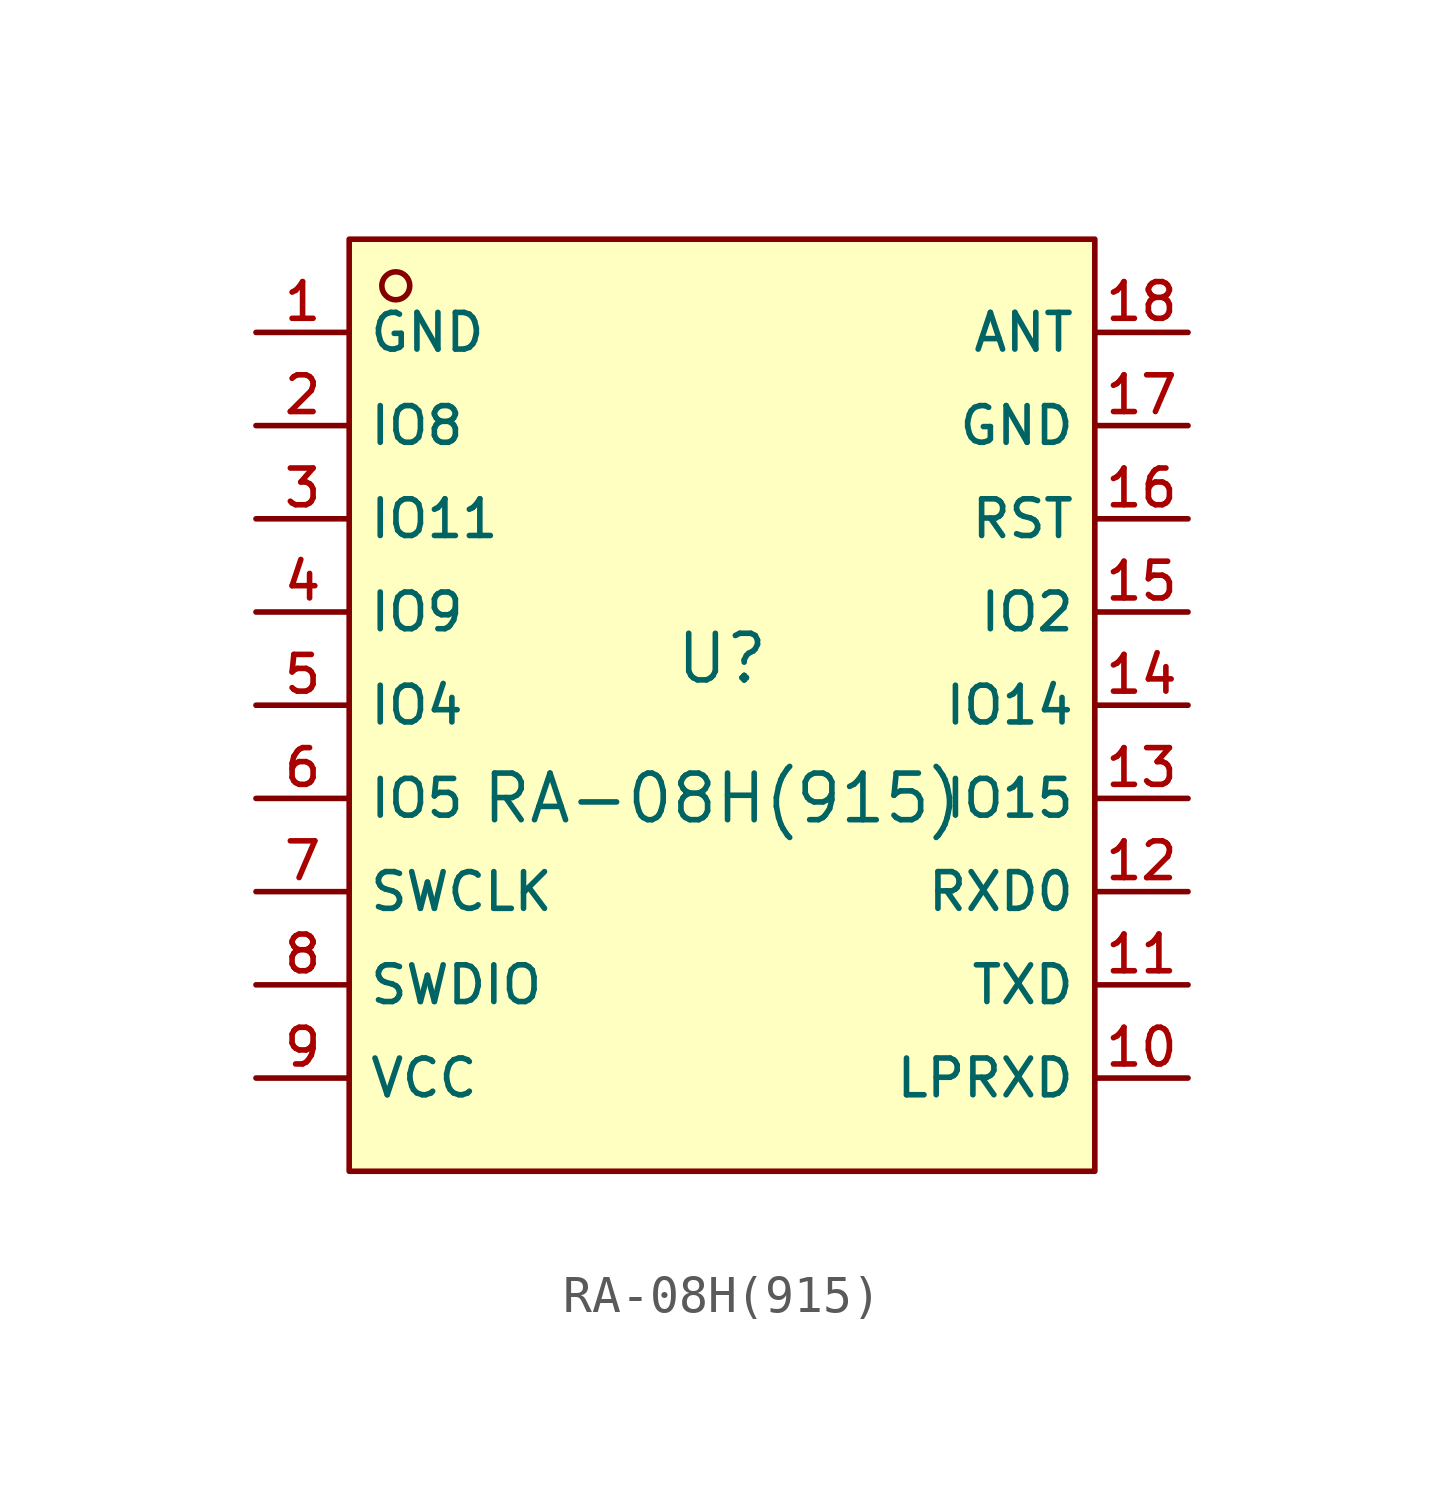
<source format=kicad_sym>
(kicad_symbol_lib
  (version 20210201)
  (generator TousstNicolas/JLC2KiCad_lib)
  (symbol "RA-08H(915)"
    (property "Reference" "U"
      (at 0 1.27 0)
      (effects (font (size 1.27 1.27))))
    (property "Value" "RA-08H(915)"
      (at 0 -2.54 0)
      (effects (font (size 1.27 1.27))))
    (symbol "RA-08H(915)_0_1"
      (rectangle (start -10.16 12.7) (end 10.16 -12.7) (stroke (width 0) (type default) (color 0 0 0 0)) (fill (type background)))
      (circle (center -8.89 11.43) (radius 0.381) (stroke (width 0) (type default) (color 0 0 0 0)) (fill (type background)))
      (pin unspecified line (at -12.7 10.16 0) (length 2.54) (name "GND" (effects (font (size 1 1)))) (number "1" (effects (font (size 1 1)))))
      (pin unspecified line (at -12.7 7.62 0) (length 2.54) (name "IO8" (effects (font (size 1 1)))) (number "2" (effects (font (size 1 1)))))
      (pin unspecified line (at -12.7 5.08 0) (length 2.54) (name "IO11" (effects (font (size 1 1)))) (number "3" (effects (font (size 1 1)))))
      (pin unspecified line (at -12.7 2.54 0) (length 2.54) (name "IO9" (effects (font (size 1 1)))) (number "4" (effects (font (size 1 1)))))
      (pin unspecified line (at -12.7 -0.0 0) (length 2.54) (name "IO4" (effects (font (size 1 1)))) (number "5" (effects (font (size 1 1)))))
      (pin unspecified line (at -12.7 -2.54 0) (length 2.54) (name "IO5" (effects (font (size 1 1)))) (number "6" (effects (font (size 1 1)))))
      (pin unspecified line (at -12.7 -5.08 0) (length 2.54) (name "SWCLK" (effects (font (size 1 1)))) (number "7" (effects (font (size 1 1)))))
      (pin unspecified line (at -12.7 -7.62 0) (length 2.54) (name "SWDIO" (effects (font (size 1 1)))) (number "8" (effects (font (size 1 1)))))
      (pin unspecified line (at -12.7 -10.16 0) (length 2.54) (name "VCC" (effects (font (size 1 1)))) (number "9" (effects (font (size 1 1)))))
      (pin unspecified line (at 12.7 -10.16 180) (length 2.54) (name "LPRXD" (effects (font (size 1 1)))) (number "10" (effects (font (size 1 1)))))
      (pin unspecified line (at 12.7 -7.62 180) (length 2.54) (name "TXD" (effects (font (size 1 1)))) (number "11" (effects (font (size 1 1)))))
      (pin unspecified line (at 12.7 -5.08 180) (length 2.54) (name "RXD0" (effects (font (size 1 1)))) (number "12" (effects (font (size 1 1)))))
      (pin unspecified line (at 12.7 -2.54 180) (length 2.54) (name "IO15" (effects (font (size 1 1)))) (number "13" (effects (font (size 1 1)))))
      (pin unspecified line (at 12.7 -0.0 180) (length 2.54) (name "IO14" (effects (font (size 1 1)))) (number "14" (effects (font (size 1 1)))))
      (pin unspecified line (at 12.7 2.54 180) (length 2.54) (name "IO2" (effects (font (size 1 1)))) (number "15" (effects (font (size 1 1)))))
      (pin unspecified line (at 12.7 5.08 180) (length 2.54) (name "RST" (effects (font (size 1 1)))) (number "16" (effects (font (size 1 1)))))
      (pin unspecified line (at 12.7 7.62 180) (length 2.54) (name "GND" (effects (font (size 1 1)))) (number "17" (effects (font (size 1 1)))))
      (pin unspecified line (at 12.7 10.16 180) (length 2.54) (name "ANT" (effects (font (size 1 1)))) (number "18" (effects (font (size 1 1))))))))
</source>
